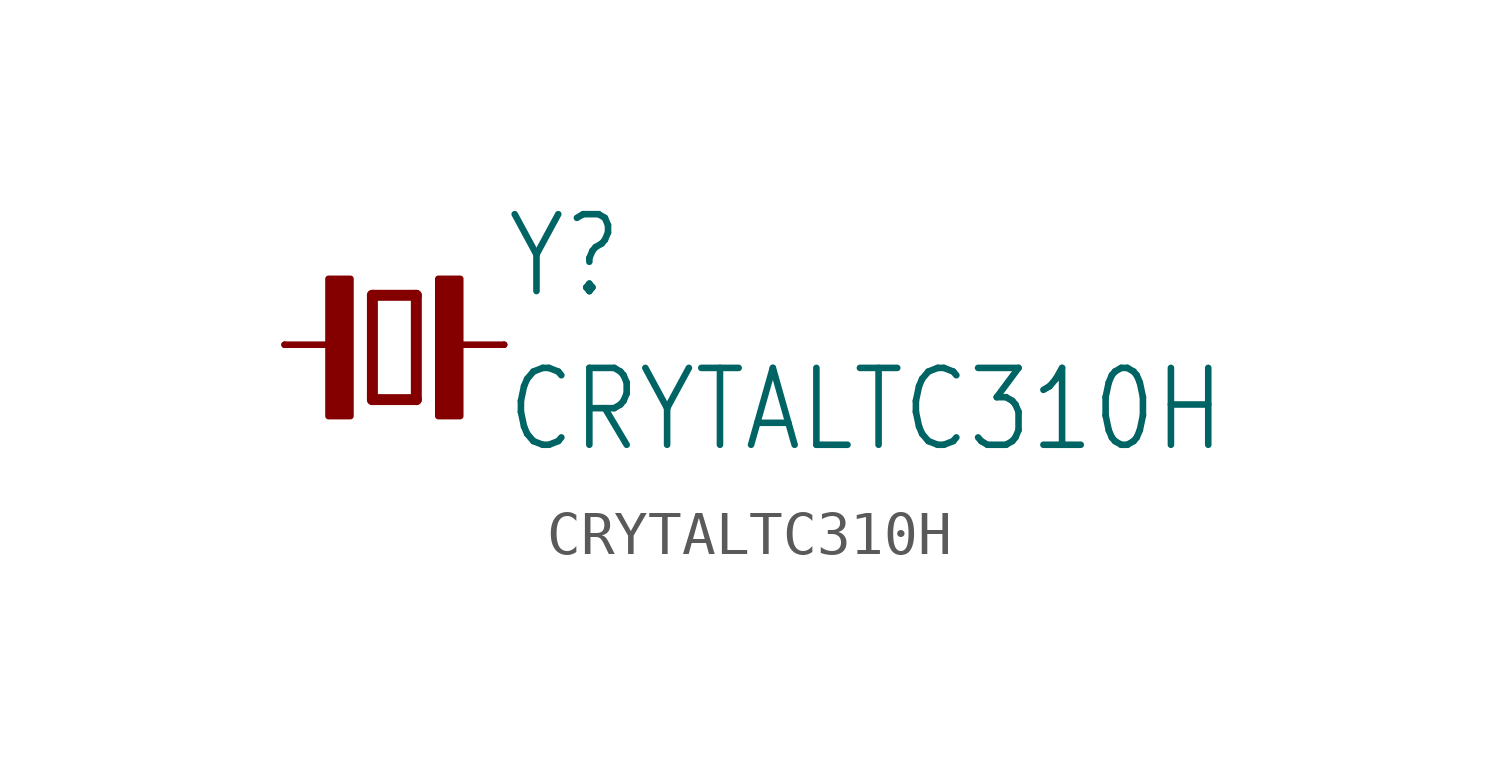
<source format=kicad_sym>
(kicad_symbol_lib
  (version 20211014)
  (generator kicad_symbol_editor)
  (symbol "CRYTALTC310H"
    (property "Reference" "Y"
      (at 2.54 1.016 0)
      (effects (font (size 1.778 1.511)) (justify left bottom)))
    (property "Value" "CRYTALTC310H"
      (at 2.54 -2.54 0)
      (effects (font (size 1.778 1.511)) (justify left bottom)))
    (property "ki_locked" ""
      (at 0 0 0)
      (effects (font (size 1.27 1.27))))
    (symbol "CRYTALTC310H_1_0"
      (rectangle (start -1.524 -1.651) (end -1.016 1.524) (stroke (width 0) (type default) (color 0 0 0 0)) (fill (type outline)))
      (polyline (pts (xy -2.54 0) (xy -1.143 0)) (stroke (width 0.152) (type default) (color 0 0 0 0)) (fill (type none)))
      (polyline (pts (xy -0.508 -1.27) (xy 0.508 -1.27)) (stroke (width 0.254) (type default) (color 0 0 0 0)) (fill (type none)))
      (polyline (pts (xy -0.508 1.143) (xy -0.508 -1.27)) (stroke (width 0.254) (type default) (color 0 0 0 0)) (fill (type none)))
      (polyline (pts (xy 0.508 -1.27) (xy 0.508 1.143)) (stroke (width 0.254) (type default) (color 0 0 0 0)) (fill (type none)))
      (polyline (pts (xy 0.508 1.143) (xy -0.508 1.143)) (stroke (width 0.254) (type default) (color 0 0 0 0)) (fill (type none)))
      (polyline (pts (xy 1.143 0) (xy 2.54 0)) (stroke (width 0.152) (type default) (color 0 0 0 0)) (fill (type none)))
      (rectangle (start 1.016 -1.651) (end 1.524 1.524) (stroke (width 0) (type default) (color 0 0 0 0)) (fill (type outline)))
      (pin passive line (at -2.54 0 0) (length 0) (name "1" (effects (font (size 0 0)))) (number "1" (effects (font (size 0 0)))))
      (pin passive line (at 2.54 0 180) (length 0) (name "2" (effects (font (size 0 0)))) (number "2" (effects (font (size 0 0))))))))
</source>
